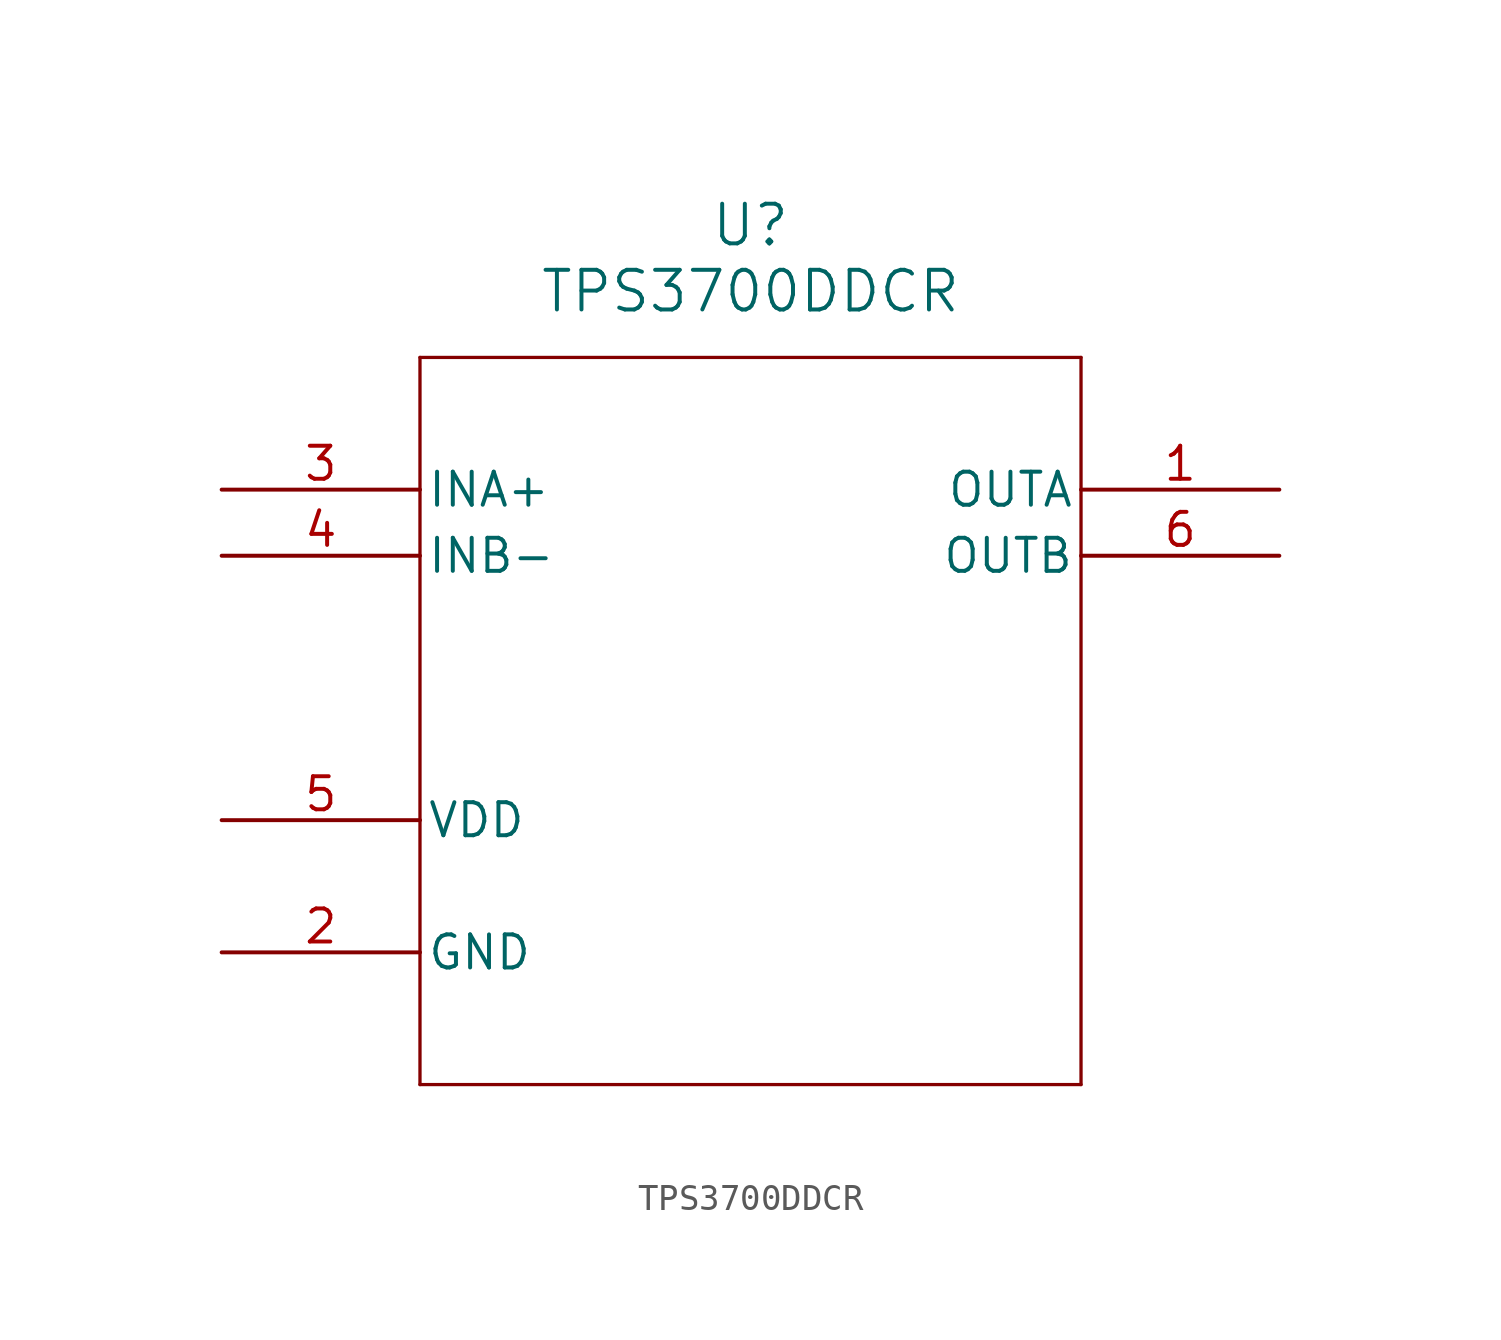
<source format=kicad_sym>
(kicad_symbol_lib
  (version 20211014)
  (generator kicad_symbol_editor)
  (symbol "TPS3700DDCR"
    (pin_names
      (offset 0.254))
    (property "Reference" "U"
      (at 20.32 10.16 0)
      (effects (font (size 1.524 1.524))))
    (property "Value" "TPS3700DDCR"
      (at 20.32 7.62 0)
      (effects (font (size 1.524 1.524))))
    (symbol "TPS3700DDCR_0_1"
      (polyline (pts (xy 7.62 5.08) (xy 7.62 -22.86)) (stroke (width 0.127) (type default) (color 0 0 0 0)) (fill (type none)))
      (polyline (pts (xy 7.62 -22.86) (xy 33.02 -22.86)) (stroke (width 0.127) (type default) (color 0 0 0 0)) (fill (type none)))
      (polyline (pts (xy 33.02 -22.86) (xy 33.02 5.08)) (stroke (width 0.127) (type default) (color 0 0 0 0)) (fill (type none)))
      (polyline (pts (xy 33.02 5.08) (xy 7.62 5.08)) (stroke (width 0.127) (type default) (color 0 0 0 0)) (fill (type none)))
      (pin output line (at 40.64 0 180) (length 7.62) (name "OUTA" (effects (font (size 1.27 1.27)))) (number "1" (effects (font (size 1.27 1.27)))))
      (pin power_in line (at 0 -17.78 0) (length 7.62) (name "GND" (effects (font (size 1.27 1.27)))) (number "2" (effects (font (size 1.27 1.27)))))
      (pin input line (at 0 0 0) (length 7.62) (name "INA+" (effects (font (size 1.27 1.27)))) (number "3" (effects (font (size 1.27 1.27)))))
      (pin input line (at 0 -2.54 0) (length 7.62) (name "INB-" (effects (font (size 1.27 1.27)))) (number "4" (effects (font (size 1.27 1.27)))))
      (pin power_in line (at 0 -12.7 0) (length 7.62) (name "VDD" (effects (font (size 1.27 1.27)))) (number "5" (effects (font (size 1.27 1.27)))))
      (pin output line (at 40.64 -2.54 180) (length 7.62) (name "OUTB" (effects (font (size 1.27 1.27)))) (number "6" (effects (font (size 1.27 1.27))))))))
</source>
